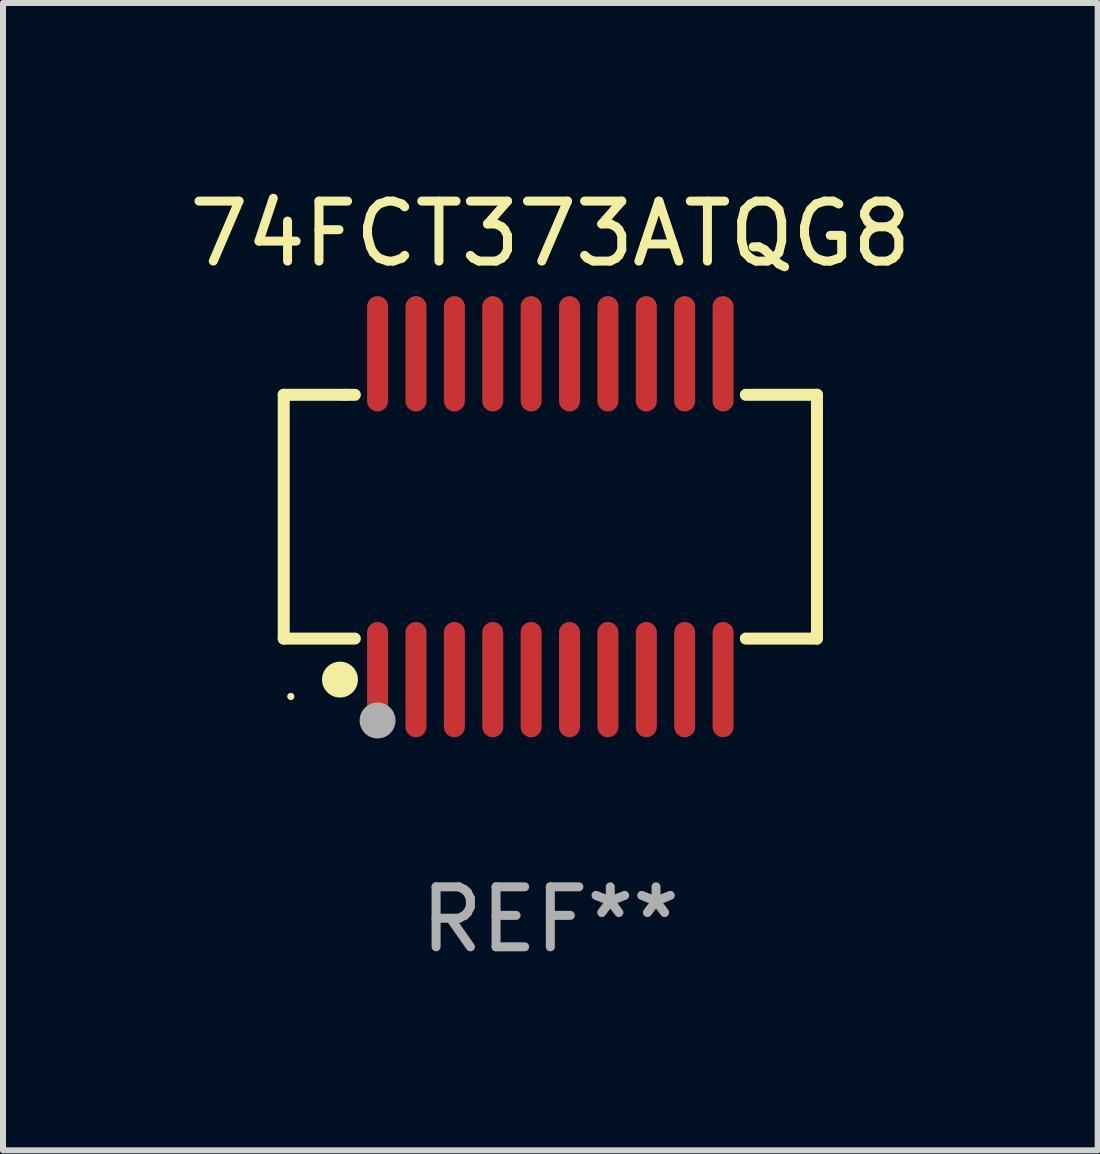
<source format=kicad_pcb>
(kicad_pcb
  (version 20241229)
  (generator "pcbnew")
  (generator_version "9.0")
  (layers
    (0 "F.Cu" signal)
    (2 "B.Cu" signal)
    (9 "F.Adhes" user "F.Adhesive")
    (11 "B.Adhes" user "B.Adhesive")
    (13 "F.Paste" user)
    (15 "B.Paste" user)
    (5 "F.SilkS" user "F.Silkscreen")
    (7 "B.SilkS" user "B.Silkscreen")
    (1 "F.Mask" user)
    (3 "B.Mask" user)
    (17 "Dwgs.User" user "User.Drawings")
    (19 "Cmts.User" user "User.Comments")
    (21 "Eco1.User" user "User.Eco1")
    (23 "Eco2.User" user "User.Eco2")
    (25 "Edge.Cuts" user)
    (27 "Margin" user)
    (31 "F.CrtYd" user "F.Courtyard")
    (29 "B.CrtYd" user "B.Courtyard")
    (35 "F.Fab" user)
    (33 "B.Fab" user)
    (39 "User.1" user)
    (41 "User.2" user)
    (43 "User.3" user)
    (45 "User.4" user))
  (footprint "74FCT373ATQG8"
    (layer "F.Cu")
    (at 6.125 5.564)
    (property "Reference" "74FCT373ATQG8" (at 0 -4.716 0) (layer "F.SilkS") (effects (font (size 1 1) (thickness 0.15))))
    (attr through_hole)
    (fp_line (start -4.445 -2.032) (end -4.445 2.032) (stroke (width 0.2) (type solid)) (layer "F.SilkS"))
    (fp_line (start -4.445 2.032) (end -3.259 2.032) (stroke (width 0.2) (type solid)) (layer "F.SilkS"))
    (fp_line (start -3.429 -2.032) (end -4.445 -2.032) (stroke (width 0.2) (type solid)) (layer "F.SilkS"))
    (fp_line (start -3.259 -2.032) (end -3.429 -2.032) (stroke (width 0.2) (type solid)) (layer "F.SilkS"))
    (fp_line (start 3.259 2.032) (end 4.445 2.032) (stroke (width 0.2) (type solid)) (layer "F.SilkS"))
    (fp_line (start 4.445 -2.032) (end 3.259 -2.032) (stroke (width 0.2) (type solid)) (layer "F.SilkS"))
    (fp_line (start 4.445 2.032) (end 4.445 -2.032) (stroke (width 0.2) (type solid)) (layer "F.SilkS"))
    (fp_circle (center -4.327 2.997) (end -4.297 2.997) (stroke (width 0.06) (type solid)) (fill no) (layer "F.SilkS"))
    (fp_circle (center -3.507 2.716) (end -3.357 2.716) (stroke (width 0.3) (type solid)) (fill no) (layer "F.SilkS"))
    (fp_circle (center -2.88 3.398) (end -2.73 3.398) (stroke (width 0.3) (type solid)) (fill no) (layer "F.Fab"))
    (fp_text user "REF**" (at 0 6.716 0) (layer "F.Fab") (effects (font (size 1 1) (thickness 0.15))))
    (pad "1" smd oval (at -2.88 2.716) (size 0.35 1.922) (layers "F.Cu" "F.Mask" "F.Paste"))
    (pad "2" smd oval (at -2.24 2.716) (size 0.35 1.922) (layers "F.Cu" "F.Mask" "F.Paste"))
    (pad "3" smd oval (at -1.6 2.716) (size 0.35 1.922) (layers "F.Cu" "F.Mask" "F.Paste"))
    (pad "4" smd oval (at -0.96 2.716) (size 0.35 1.922) (layers "F.Cu" "F.Mask" "F.Paste"))
    (pad "5" smd oval (at -0.32 2.716) (size 0.35 1.922) (layers "F.Cu" "F.Mask" "F.Paste"))
    (pad "6" smd oval (at 0.32 2.716) (size 0.35 1.922) (layers "F.Cu" "F.Mask" "F.Paste"))
    (pad "7" smd oval (at 0.96 2.716) (size 0.35 1.922) (layers "F.Cu" "F.Mask" "F.Paste"))
    (pad "8" smd oval (at 1.6 2.716) (size 0.35 1.922) (layers "F.Cu" "F.Mask" "F.Paste"))
    (pad "9" smd oval (at 2.24 2.716) (size 0.35 1.922) (layers "F.Cu" "F.Mask" "F.Paste"))
    (pad "10" smd oval (at 2.88 2.716) (size 0.35 1.922) (layers "F.Cu" "F.Mask" "F.Paste"))
    (pad "11" smd oval (at 2.88 -2.716) (size 0.35 1.922) (layers "F.Cu" "F.Mask" "F.Paste"))
    (pad "12" smd oval (at 2.24 -2.716) (size 0.35 1.922) (layers "F.Cu" "F.Mask" "F.Paste"))
    (pad "13" smd oval (at 1.6 -2.716) (size 0.35 1.922) (layers "F.Cu" "F.Mask" "F.Paste"))
    (pad "14" smd oval (at 0.96 -2.716) (size 0.35 1.922) (layers "F.Cu" "F.Mask" "F.Paste"))
    (pad "15" smd oval (at 0.32 -2.716) (size 0.35 1.922) (layers "F.Cu" "F.Mask" "F.Paste"))
    (pad "16" smd oval (at -0.32 -2.716) (size 0.35 1.922) (layers "F.Cu" "F.Mask" "F.Paste"))
    (pad "17" smd oval (at -0.96 -2.716) (size 0.35 1.922) (layers "F.Cu" "F.Mask" "F.Paste"))
    (pad "18" smd oval (at -1.6 -2.716) (size 0.35 1.922) (layers "F.Cu" "F.Mask" "F.Paste"))
    (pad "19" smd oval (at -2.24 -2.716) (size 0.35 1.922) (layers "F.Cu" "F.Mask" "F.Paste"))
    (pad "20" smd oval (at -2.88 -2.716) (size 0.35 1.922) (layers "F.Cu" "F.Mask" "F.Paste")))
  (gr_rect
    (start -3 -3)
    (end 15.25 16.128)
    (stroke (width 0.1) (type default))
    (fill no)
    (layer "Edge.Cuts")))
</source>
